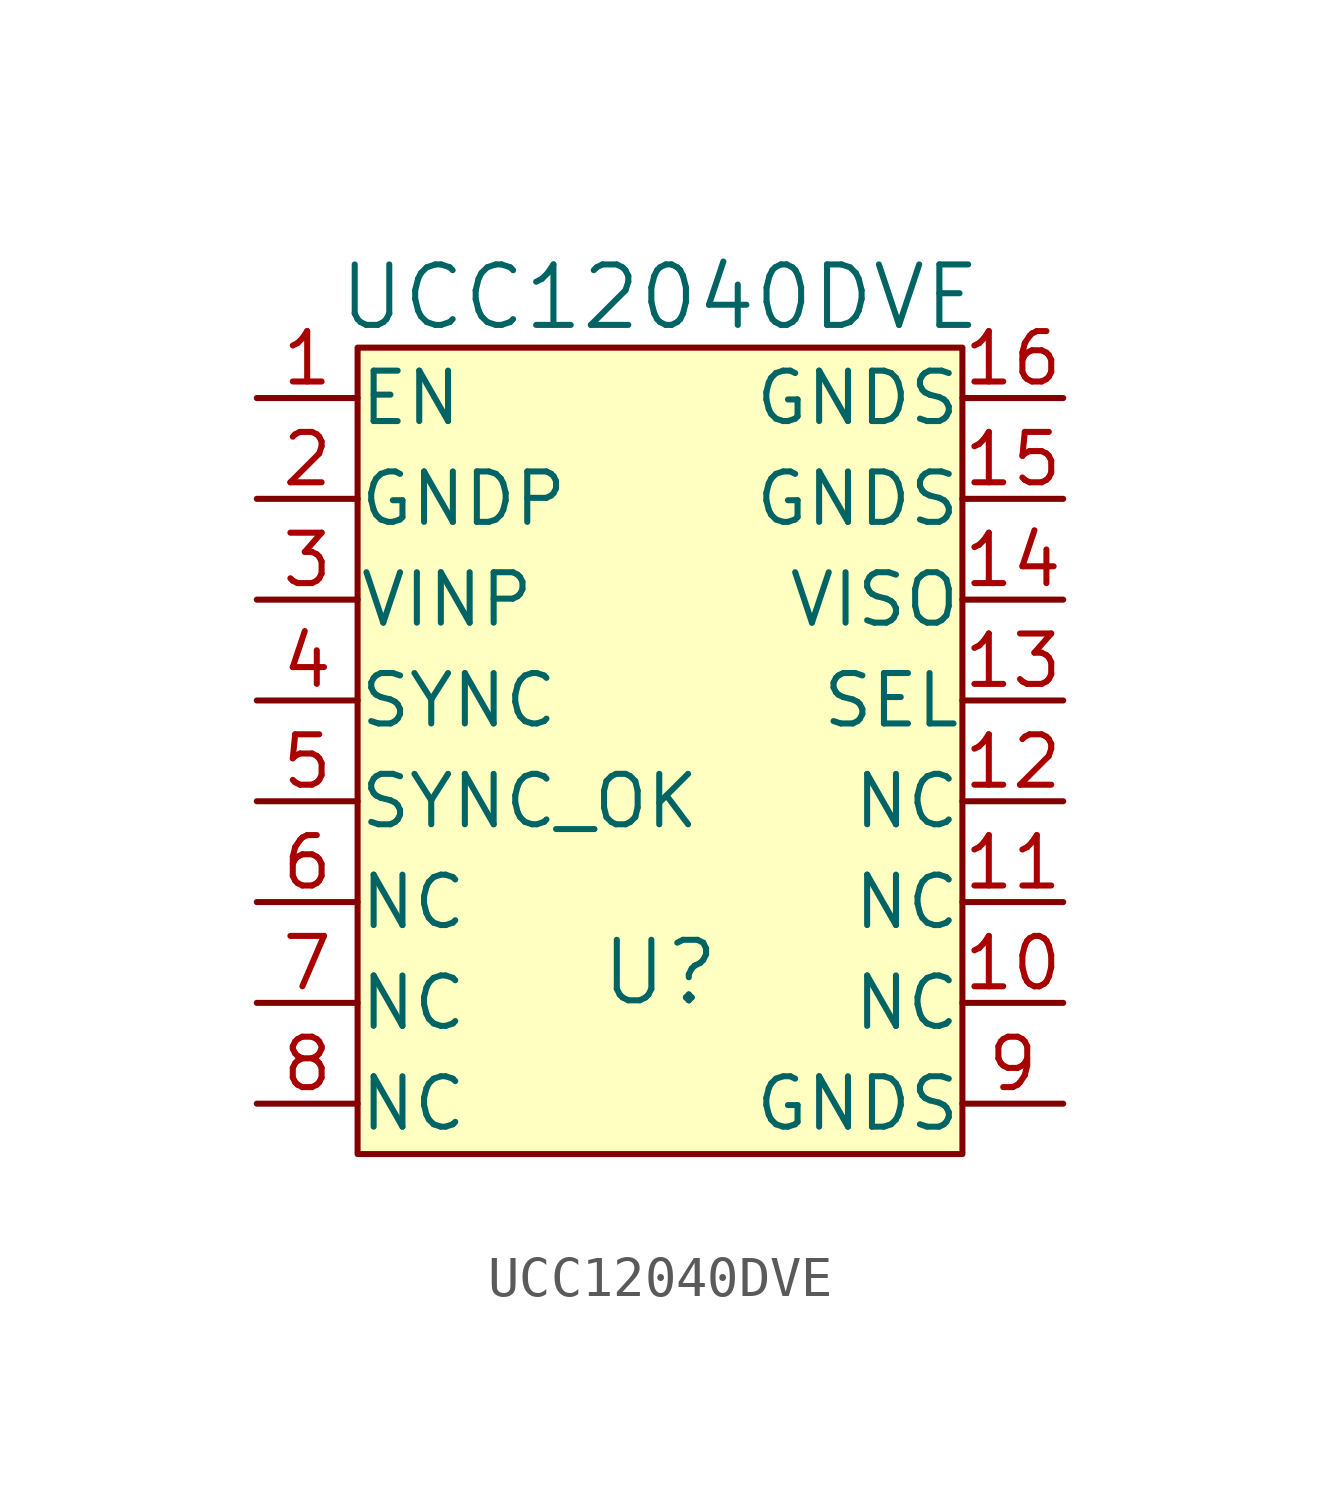
<source format=kicad_sym>
(kicad_symbol_lib
  (version 20241209)
  (generator "kicad_symbol_editor")
  (generator_version "9.0")
  (symbol "UCC12040DVE"
    (pin_names
      (offset 0.002))
    (property "Reference" "U"
      (at 0 -5.588 0)
      (effects (font (size 1.524 1.524))))
    (property "Value" "UCC12040DVE"
      (at 0 11.43 0)
      (effects (font (size 1.524 1.524))))
    (symbol "UCC12040DVE_0_1"
      (pin input line (at -10.16 8.89 0) (length 2.54) (name "EN" (effects (font (size 1.27 1.27)))) (number "1" (effects (font (size 1.27 1.27)))))
      (pin power_in line (at -10.16 6.35 0) (length 2.54) (name "GNDP" (effects (font (size 1.27 1.27)))) (number "2" (effects (font (size 1.27 1.27)))))
      (pin power_in line (at -10.16 3.81 0) (length 2.54) (name "VINP" (effects (font (size 1.27 1.27)))) (number "3" (effects (font (size 1.27 1.27)))))
      (pin input line (at -10.16 1.27 0) (length 2.54) (name "SYNC" (effects (font (size 1.27 1.27)))) (number "4" (effects (font (size 1.27 1.27)))))
      (pin output line (at -10.16 -1.27 0) (length 2.54) (name "SYNC_OK" (effects (font (size 1.27 1.27)))) (number "5" (effects (font (size 1.27 1.27)))))
      (pin unspecified line (at -10.16 -3.81 0) (length 2.54) (name "NC" (effects (font (size 1.27 1.27)))) (number "6" (effects (font (size 1.27 1.27)))))
      (pin unspecified line (at -10.16 -6.35 0) (length 2.54) (name "NC" (effects (font (size 1.27 1.27)))) (number "7" (effects (font (size 1.27 1.27)))))
      (pin unspecified line (at -10.16 -8.89 0) (length 2.54) (name "NC" (effects (font (size 1.27 1.27)))) (number "8" (effects (font (size 1.27 1.27)))))
      (pin power_out line (at 10.16 8.89 180) (length 2.54) (name "GNDS" (effects (font (size 1.27 1.27)))) (number "16" (effects (font (size 1.27 1.27)))))
      (pin power_out line (at 10.16 6.35 180) (length 2.54) (name "GNDS" (effects (font (size 1.27 1.27)))) (number "15" (effects (font (size 1.27 1.27)))))
      (pin power_out line (at 10.16 3.81 180) (length 2.54) (name "VISO" (effects (font (size 1.27 1.27)))) (number "14" (effects (font (size 1.27 1.27)))))
      (pin input line (at 10.16 1.27 180) (length 2.54) (name "SEL" (effects (font (size 1.27 1.27)))) (number "13" (effects (font (size 1.27 1.27)))))
      (pin unspecified line (at 10.16 -1.27 180) (length 2.54) (name "NC" (effects (font (size 1.27 1.27)))) (number "12" (effects (font (size 1.27 1.27)))))
      (pin unspecified line (at 10.16 -3.81 180) (length 2.54) (name "NC" (effects (font (size 1.27 1.27)))) (number "11" (effects (font (size 1.27 1.27)))))
      (pin unspecified line (at 10.16 -6.35 180) (length 2.54) (name "NC" (effects (font (size 1.27 1.27)))) (number "10" (effects (font (size 1.27 1.27)))))
      (pin power_out line (at 10.16 -8.89 180) (length 2.54) (name "GNDS" (effects (font (size 1.27 1.27)))) (number "9" (effects (font (size 1.27 1.27))))))
    (symbol "UCC12040DVE_1_1"
      (rectangle (start -7.62 10.16) (end 7.62 -10.16) (stroke (width 0) (type default)) (fill (type background))))))
</source>
